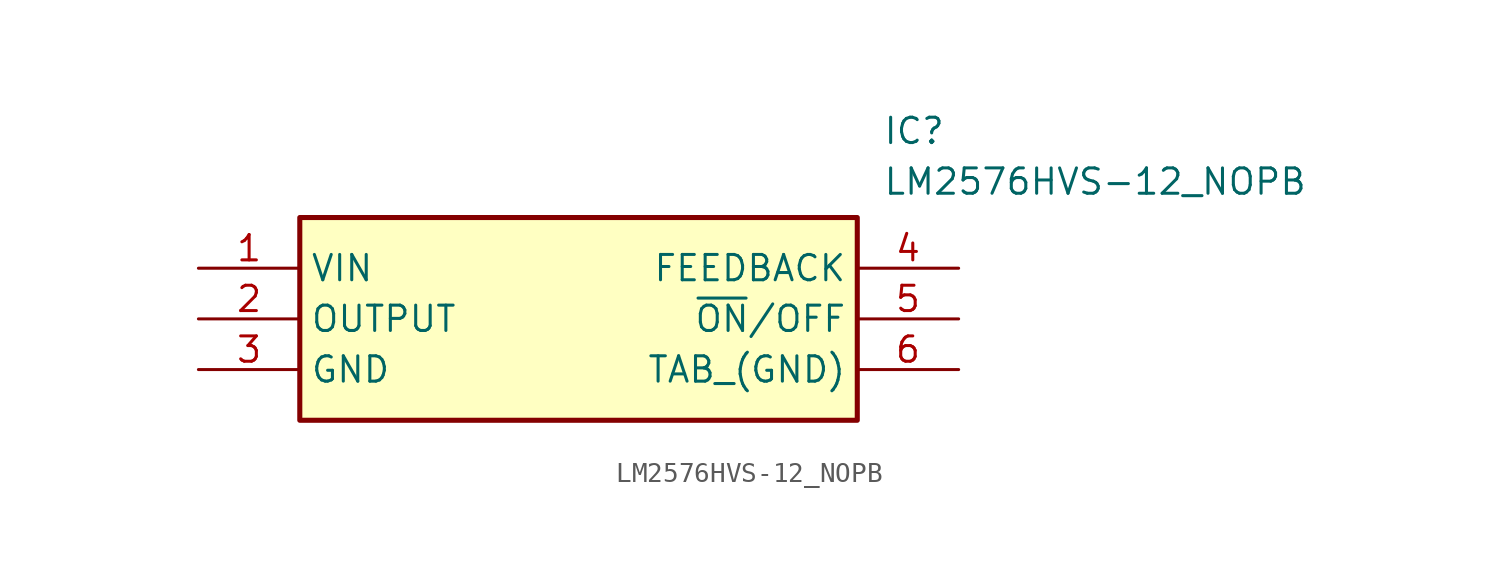
<source format=kicad_sym>
(kicad_symbol_lib
  (version 20211014)
  (generator SamacSys_ECAD_Model)
  (symbol "LM2576HVS-12_NOPB"
    (property "Reference" "IC"
      (at 34.29 7.62 0)
      (effects (font (size 1.27 1.27)) (justify left top)))
    (property "Value" "LM2576HVS-12_NOPB"
      (at 34.29 5.08 0)
      (effects (font (size 1.27 1.27)) (justify left top)))
    (rectangle
      (start 5.08 2.54)
      (end 33.02 -7.62)
      (stroke (width 0.254) (type default))
      (fill (type background)))
    (pin passive line
      (at 0 0 0)
      (length 5.08)
      (name "VIN" (effects (font (size 1.27 1.27))))
      (number "1" (effects (font (size 1.27 1.27)))))
    (pin passive line
      (at 0 -2.54 0)
      (length 5.08)
      (name "OUTPUT" (effects (font (size 1.27 1.27))))
      (number "2" (effects (font (size 1.27 1.27)))))
    (pin passive line
      (at 0 -5.08 0)
      (length 5.08)
      (name "GND" (effects (font (size 1.27 1.27))))
      (number "3" (effects (font (size 1.27 1.27)))))
    (pin passive line
      (at 38.1 0 180)
      (length 5.08)
      (name "FEEDBACK" (effects (font (size 1.27 1.27))))
      (number "4" (effects (font (size 1.27 1.27)))))
    (pin passive line
      (at 38.1 -2.54 180)
      (length 5.08)
      (name "~{ON}/OFF" (effects (font (size 1.27 1.27))))
      (number "5" (effects (font (size 1.27 1.27)))))
    (pin passive line
      (at 38.1 -5.08 180)
      (length 5.08)
      (name "TAB_(GND)" (effects (font (size 1.27 1.27))))
      (number "6" (effects (font (size 1.27 1.27)))))))
</source>
